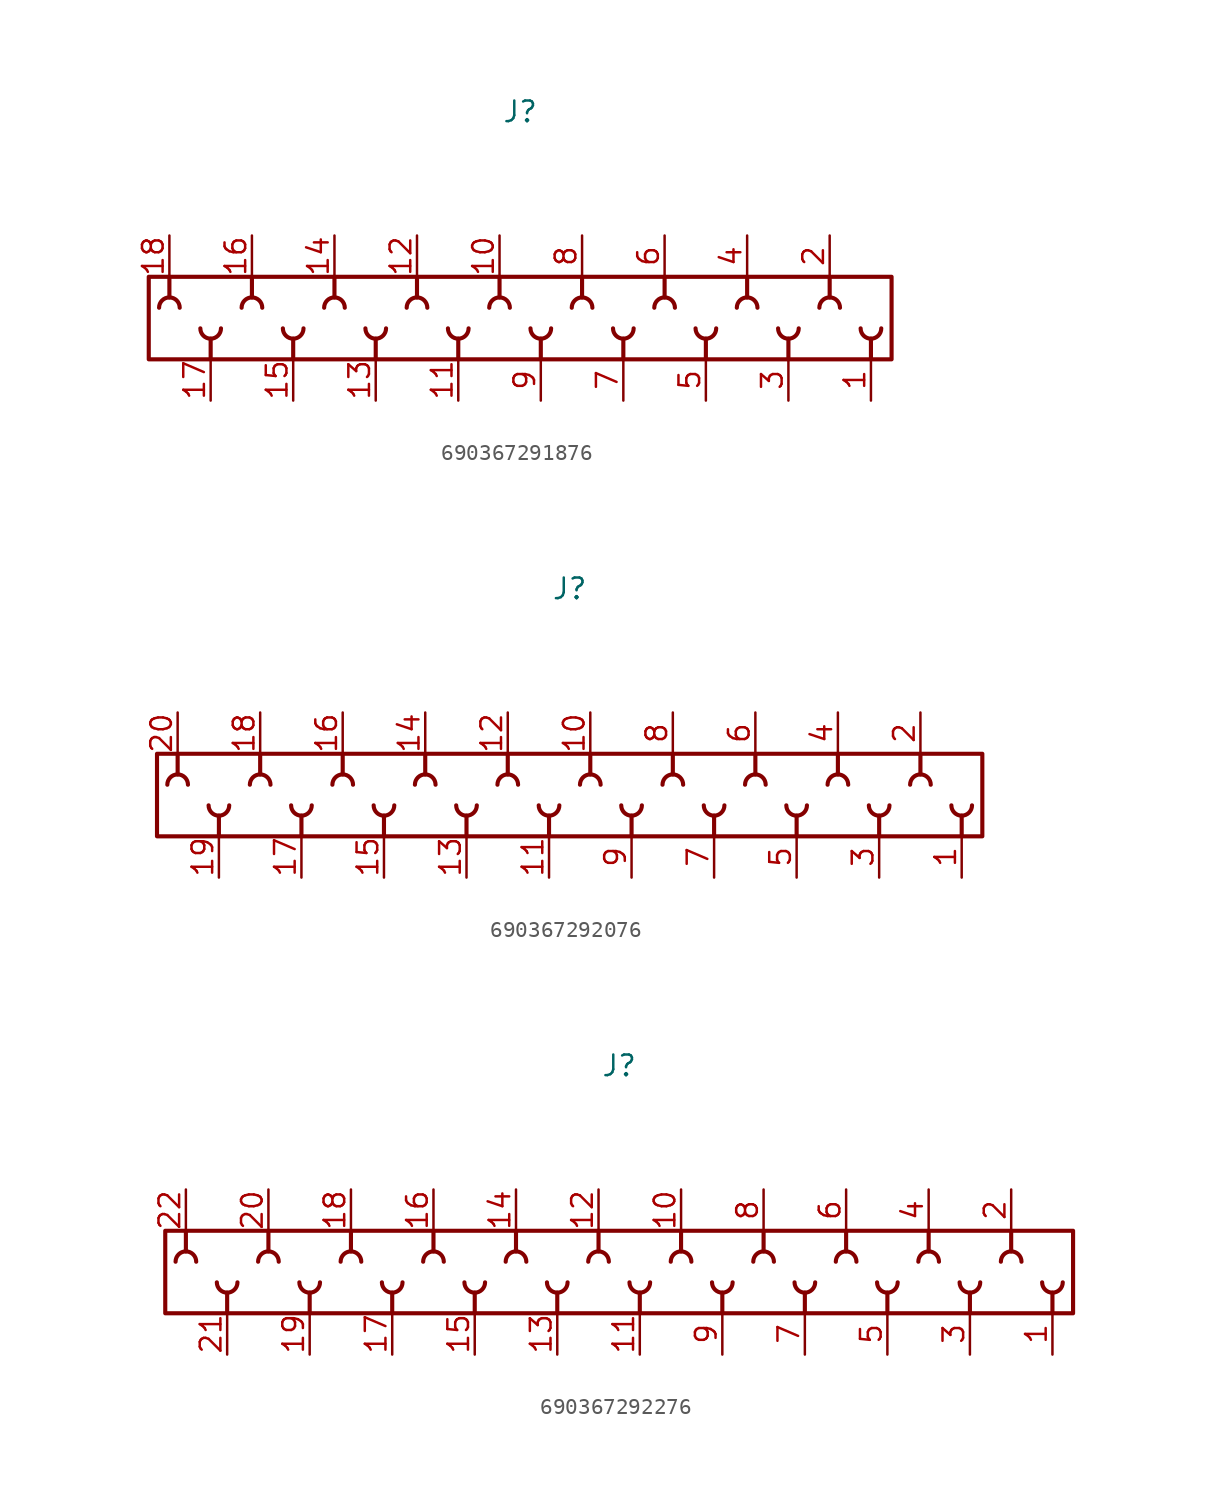
<source format=kicad_sym>
(kicad_symbol_lib
  (version 20241209)
  (generator "kicad_symbol_editor")
  (generator_version "9.0")
  (symbol "690367291876"
    (pin_names
      (hide yes))
    (property "Reference" "J"
      (at 0 12.7 0)
      (effects (font (size 1.27 1.27))))
    (symbol "690367291876_1_1"
      (rectangle (start -22.86 2.54) (end 22.86 -2.54) (stroke (width 0.254) (type solid)) (fill (type none)))
      (polyline (pts (xy -21.59 1.27) (xy -21.59 2.54)) (stroke (width 0.254) (type solid)) (fill (type none)))
      (arc (start -22.225 0.635) (mid -21.59 1.27) (end -20.955 0.635) (stroke (width 0.254) (type solid)) (fill (type none)))
      (arc (start -18.415 -0.635) (mid -19.05 -1.27) (end -19.685 -0.635) (stroke (width 0.254) (type solid)) (fill (type none)))
      (polyline (pts (xy -19.05 -1.27) (xy -19.05 -2.54)) (stroke (width 0.254) (type solid)) (fill (type none)))
      (polyline (pts (xy -16.51 1.27) (xy -16.51 2.54)) (stroke (width 0.254) (type solid)) (fill (type none)))
      (arc (start -17.145 0.635) (mid -16.51 1.27) (end -15.875 0.635) (stroke (width 0.254) (type solid)) (fill (type none)))
      (arc (start -13.335 -0.635) (mid -13.97 -1.27) (end -14.605 -0.635) (stroke (width 0.254) (type solid)) (fill (type none)))
      (polyline (pts (xy -13.97 -1.27) (xy -13.97 -2.54)) (stroke (width 0.254) (type solid)) (fill (type none)))
      (polyline (pts (xy -11.43 1.27) (xy -11.43 2.54)) (stroke (width 0.254) (type solid)) (fill (type none)))
      (arc (start -12.065 0.635) (mid -11.43 1.27) (end -10.795 0.635) (stroke (width 0.254) (type solid)) (fill (type none)))
      (arc (start -8.255 -0.635) (mid -8.89 -1.27) (end -9.525 -0.635) (stroke (width 0.254) (type solid)) (fill (type none)))
      (polyline (pts (xy -8.89 -1.27) (xy -8.89 -2.54)) (stroke (width 0.254) (type solid)) (fill (type none)))
      (polyline (pts (xy -6.35 1.27) (xy -6.35 2.54)) (stroke (width 0.254) (type solid)) (fill (type none)))
      (arc (start -6.985 0.635) (mid -6.35 1.27) (end -5.715 0.635) (stroke (width 0.254) (type solid)) (fill (type none)))
      (arc (start -3.175 -0.635) (mid -3.81 -1.27) (end -4.445 -0.635) (stroke (width 0.254) (type solid)) (fill (type none)))
      (polyline (pts (xy -3.81 -1.27) (xy -3.81 -2.54)) (stroke (width 0.254) (type solid)) (fill (type none)))
      (polyline (pts (xy -1.27 1.27) (xy -1.27 2.54)) (stroke (width 0.254) (type solid)) (fill (type none)))
      (arc (start -1.905 0.635) (mid -1.27 1.27) (end -0.635 0.635) (stroke (width 0.254) (type solid)) (fill (type none)))
      (arc (start 1.905 -0.635) (mid 1.27 -1.27) (end 0.635 -0.635) (stroke (width 0.254) (type solid)) (fill (type none)))
      (polyline (pts (xy 1.27 -1.27) (xy 1.27 -2.54)) (stroke (width 0.254) (type solid)) (fill (type none)))
      (polyline (pts (xy 3.81 1.27) (xy 3.81 2.54)) (stroke (width 0.254) (type solid)) (fill (type none)))
      (arc (start 3.175 0.635) (mid 3.81 1.27) (end 4.445 0.635) (stroke (width 0.254) (type solid)) (fill (type none)))
      (arc (start 6.985 -0.635) (mid 6.35 -1.27) (end 5.715 -0.635) (stroke (width 0.254) (type solid)) (fill (type none)))
      (polyline (pts (xy 6.35 -1.27) (xy 6.35 -2.54)) (stroke (width 0.254) (type solid)) (fill (type none)))
      (polyline (pts (xy 8.89 1.27) (xy 8.89 2.54)) (stroke (width 0.254) (type solid)) (fill (type none)))
      (arc (start 8.255 0.635) (mid 8.89 1.27) (end 9.525 0.635) (stroke (width 0.254) (type solid)) (fill (type none)))
      (arc (start 12.065 -0.635) (mid 11.43 -1.27) (end 10.795 -0.635) (stroke (width 0.254) (type solid)) (fill (type none)))
      (polyline (pts (xy 11.43 -1.27) (xy 11.43 -2.54)) (stroke (width 0.254) (type solid)) (fill (type none)))
      (polyline (pts (xy 13.97 1.27) (xy 13.97 2.54)) (stroke (width 0.254) (type solid)) (fill (type none)))
      (arc (start 13.335 0.635) (mid 13.97 1.27) (end 14.605 0.635) (stroke (width 0.254) (type solid)) (fill (type none)))
      (arc (start 17.145 -0.635) (mid 16.51 -1.27) (end 15.875 -0.635) (stroke (width 0.254) (type solid)) (fill (type none)))
      (polyline (pts (xy 16.51 -1.27) (xy 16.51 -2.54)) (stroke (width 0.254) (type solid)) (fill (type none)))
      (polyline (pts (xy 19.05 1.27) (xy 19.05 2.54)) (stroke (width 0.254) (type solid)) (fill (type none)))
      (arc (start 18.415 0.635) (mid 19.05 1.27) (end 19.685 0.635) (stroke (width 0.254) (type solid)) (fill (type none)))
      (arc (start 22.225 -0.635) (mid 21.59 -1.27) (end 20.955 -0.635) (stroke (width 0.254) (type solid)) (fill (type none)))
      (polyline (pts (xy 21.59 -1.27) (xy 21.59 -2.54)) (stroke (width 0.254) (type solid)) (fill (type none)))
      (pin passive line (at -21.59 5.08 270) (length 2.54) (name "18" (effects (font (size 1.27 1.27)))) (number "18" (effects (font (size 1.27 1.27)))))
      (pin passive line (at -19.05 -5.08 90) (length 2.54) (name "17" (effects (font (size 1.27 1.27)))) (number "17" (effects (font (size 1.27 1.27)))))
      (pin passive line (at -16.51 5.08 270) (length 2.54) (name "16" (effects (font (size 1.27 1.27)))) (number "16" (effects (font (size 1.27 1.27)))))
      (pin passive line (at -13.97 -5.08 90) (length 2.54) (name "15" (effects (font (size 1.27 1.27)))) (number "15" (effects (font (size 1.27 1.27)))))
      (pin passive line (at -11.43 5.08 270) (length 2.54) (name "14" (effects (font (size 1.27 1.27)))) (number "14" (effects (font (size 1.27 1.27)))))
      (pin passive line (at -8.89 -5.08 90) (length 2.54) (name "13" (effects (font (size 1.27 1.27)))) (number "13" (effects (font (size 1.27 1.27)))))
      (pin passive line (at -6.35 5.08 270) (length 2.54) (name "12" (effects (font (size 1.27 1.27)))) (number "12" (effects (font (size 1.27 1.27)))))
      (pin passive line (at -3.81 -5.08 90) (length 2.54) (name "11" (effects (font (size 1.27 1.27)))) (number "11" (effects (font (size 1.27 1.27)))))
      (pin passive line (at -1.27 5.08 270) (length 2.54) (name "10" (effects (font (size 1.27 1.27)))) (number "10" (effects (font (size 1.27 1.27)))))
      (pin passive line (at 1.27 -5.08 90) (length 2.54) (name "9" (effects (font (size 1.27 1.27)))) (number "9" (effects (font (size 1.27 1.27)))))
      (pin passive line (at 3.81 5.08 270) (length 2.54) (name "8" (effects (font (size 1.27 1.27)))) (number "8" (effects (font (size 1.27 1.27)))))
      (pin passive line (at 6.35 -5.08 90) (length 2.54) (name "7" (effects (font (size 1.27 1.27)))) (number "7" (effects (font (size 1.27 1.27)))))
      (pin passive line (at 8.89 5.08 270) (length 2.54) (name "6" (effects (font (size 1.27 1.27)))) (number "6" (effects (font (size 1.27 1.27)))))
      (pin passive line (at 11.43 -5.08 90) (length 2.54) (name "5" (effects (font (size 1.27 1.27)))) (number "5" (effects (font (size 1.27 1.27)))))
      (pin passive line (at 13.97 5.08 270) (length 2.54) (name "4" (effects (font (size 1.27 1.27)))) (number "4" (effects (font (size 1.27 1.27)))))
      (pin passive line (at 16.51 -5.08 90) (length 2.54) (name "3" (effects (font (size 1.27 1.27)))) (number "3" (effects (font (size 1.27 1.27)))))
      (pin passive line (at 19.05 5.08 270) (length 2.54) (name "2" (effects (font (size 1.27 1.27)))) (number "2" (effects (font (size 1.27 1.27)))))
      (pin passive line (at 21.59 -5.08 90) (length 2.54) (name "1" (effects (font (size 1.27 1.27)))) (number "1" (effects (font (size 1.27 1.27)))))))
  (symbol "690367292076"
    (pin_names
      (hide yes))
    (property "Reference" "J"
      (at 0 12.7 0)
      (effects (font (size 1.27 1.27))))
    (symbol "690367292076_1_1"
      (rectangle (start -25.4 2.54) (end 25.4 -2.54) (stroke (width 0.254) (type solid)) (fill (type none)))
      (polyline (pts (xy -24.13 1.27) (xy -24.13 2.54)) (stroke (width 0.254) (type solid)) (fill (type none)))
      (arc (start -24.765 0.635) (mid -24.13 1.27) (end -23.495 0.635) (stroke (width 0.254) (type solid)) (fill (type none)))
      (arc (start -20.955 -0.635) (mid -21.59 -1.27) (end -22.225 -0.635) (stroke (width 0.254) (type solid)) (fill (type none)))
      (polyline (pts (xy -21.59 -1.27) (xy -21.59 -2.54)) (stroke (width 0.254) (type solid)) (fill (type none)))
      (polyline (pts (xy -19.05 1.27) (xy -19.05 2.54)) (stroke (width 0.254) (type solid)) (fill (type none)))
      (arc (start -19.685 0.635) (mid -19.05 1.27) (end -18.415 0.635) (stroke (width 0.254) (type solid)) (fill (type none)))
      (arc (start -15.875 -0.635) (mid -16.51 -1.27) (end -17.145 -0.635) (stroke (width 0.254) (type solid)) (fill (type none)))
      (polyline (pts (xy -16.51 -1.27) (xy -16.51 -2.54)) (stroke (width 0.254) (type solid)) (fill (type none)))
      (polyline (pts (xy -13.97 1.27) (xy -13.97 2.54)) (stroke (width 0.254) (type solid)) (fill (type none)))
      (arc (start -14.605 0.635) (mid -13.97 1.27) (end -13.335 0.635) (stroke (width 0.254) (type solid)) (fill (type none)))
      (arc (start -10.795 -0.635) (mid -11.43 -1.27) (end -12.065 -0.635) (stroke (width 0.254) (type solid)) (fill (type none)))
      (polyline (pts (xy -11.43 -1.27) (xy -11.43 -2.54)) (stroke (width 0.254) (type solid)) (fill (type none)))
      (polyline (pts (xy -8.89 1.27) (xy -8.89 2.54)) (stroke (width 0.254) (type solid)) (fill (type none)))
      (arc (start -9.525 0.635) (mid -8.89 1.27) (end -8.255 0.635) (stroke (width 0.254) (type solid)) (fill (type none)))
      (arc (start -5.715 -0.635) (mid -6.35 -1.27) (end -6.985 -0.635) (stroke (width 0.254) (type solid)) (fill (type none)))
      (polyline (pts (xy -6.35 -1.27) (xy -6.35 -2.54)) (stroke (width 0.254) (type solid)) (fill (type none)))
      (polyline (pts (xy -3.81 1.27) (xy -3.81 2.54)) (stroke (width 0.254) (type solid)) (fill (type none)))
      (arc (start -4.445 0.635) (mid -3.81 1.27) (end -3.175 0.635) (stroke (width 0.254) (type solid)) (fill (type none)))
      (arc (start -0.635 -0.635) (mid -1.27 -1.27) (end -1.905 -0.635) (stroke (width 0.254) (type solid)) (fill (type none)))
      (polyline (pts (xy -1.27 -1.27) (xy -1.27 -2.54)) (stroke (width 0.254) (type solid)) (fill (type none)))
      (polyline (pts (xy 1.27 1.27) (xy 1.27 2.54)) (stroke (width 0.254) (type solid)) (fill (type none)))
      (arc (start 0.635 0.635) (mid 1.27 1.27) (end 1.905 0.635) (stroke (width 0.254) (type solid)) (fill (type none)))
      (arc (start 4.445 -0.635) (mid 3.81 -1.27) (end 3.175 -0.635) (stroke (width 0.254) (type solid)) (fill (type none)))
      (polyline (pts (xy 3.81 -1.27) (xy 3.81 -2.54)) (stroke (width 0.254) (type solid)) (fill (type none)))
      (polyline (pts (xy 6.35 1.27) (xy 6.35 2.54)) (stroke (width 0.254) (type solid)) (fill (type none)))
      (arc (start 5.715 0.635) (mid 6.35 1.27) (end 6.985 0.635) (stroke (width 0.254) (type solid)) (fill (type none)))
      (arc (start 9.525 -0.635) (mid 8.89 -1.27) (end 8.255 -0.635) (stroke (width 0.254) (type solid)) (fill (type none)))
      (polyline (pts (xy 8.89 -1.27) (xy 8.89 -2.54)) (stroke (width 0.254) (type solid)) (fill (type none)))
      (polyline (pts (xy 11.43 1.27) (xy 11.43 2.54)) (stroke (width 0.254) (type solid)) (fill (type none)))
      (arc (start 10.795 0.635) (mid 11.43 1.27) (end 12.065 0.635) (stroke (width 0.254) (type solid)) (fill (type none)))
      (arc (start 14.605 -0.635) (mid 13.97 -1.27) (end 13.335 -0.635) (stroke (width 0.254) (type solid)) (fill (type none)))
      (polyline (pts (xy 13.97 -1.27) (xy 13.97 -2.54)) (stroke (width 0.254) (type solid)) (fill (type none)))
      (polyline (pts (xy 16.51 1.27) (xy 16.51 2.54)) (stroke (width 0.254) (type solid)) (fill (type none)))
      (arc (start 15.875 0.635) (mid 16.51 1.27) (end 17.145 0.635) (stroke (width 0.254) (type solid)) (fill (type none)))
      (arc (start 19.685 -0.635) (mid 19.05 -1.27) (end 18.415 -0.635) (stroke (width 0.254) (type solid)) (fill (type none)))
      (polyline (pts (xy 19.05 -1.27) (xy 19.05 -2.54)) (stroke (width 0.254) (type solid)) (fill (type none)))
      (polyline (pts (xy 21.59 1.27) (xy 21.59 2.54)) (stroke (width 0.254) (type solid)) (fill (type none)))
      (arc (start 20.955 0.635) (mid 21.59 1.27) (end 22.225 0.635) (stroke (width 0.254) (type solid)) (fill (type none)))
      (arc (start 24.765 -0.635) (mid 24.13 -1.27) (end 23.495 -0.635) (stroke (width 0.254) (type solid)) (fill (type none)))
      (polyline (pts (xy 24.13 -1.27) (xy 24.13 -2.54)) (stroke (width 0.254) (type solid)) (fill (type none)))
      (pin passive line (at -24.13 5.08 270) (length 2.54) (name "20" (effects (font (size 1.27 1.27)))) (number "20" (effects (font (size 1.27 1.27)))))
      (pin passive line (at -21.59 -5.08 90) (length 2.54) (name "19" (effects (font (size 1.27 1.27)))) (number "19" (effects (font (size 1.27 1.27)))))
      (pin passive line (at -19.05 5.08 270) (length 2.54) (name "18" (effects (font (size 1.27 1.27)))) (number "18" (effects (font (size 1.27 1.27)))))
      (pin passive line (at -16.51 -5.08 90) (length 2.54) (name "17" (effects (font (size 1.27 1.27)))) (number "17" (effects (font (size 1.27 1.27)))))
      (pin passive line (at -13.97 5.08 270) (length 2.54) (name "16" (effects (font (size 1.27 1.27)))) (number "16" (effects (font (size 1.27 1.27)))))
      (pin passive line (at -11.43 -5.08 90) (length 2.54) (name "15" (effects (font (size 1.27 1.27)))) (number "15" (effects (font (size 1.27 1.27)))))
      (pin passive line (at -8.89 5.08 270) (length 2.54) (name "14" (effects (font (size 1.27 1.27)))) (number "14" (effects (font (size 1.27 1.27)))))
      (pin passive line (at -6.35 -5.08 90) (length 2.54) (name "13" (effects (font (size 1.27 1.27)))) (number "13" (effects (font (size 1.27 1.27)))))
      (pin passive line (at -3.81 5.08 270) (length 2.54) (name "12" (effects (font (size 1.27 1.27)))) (number "12" (effects (font (size 1.27 1.27)))))
      (pin passive line (at -1.27 -5.08 90) (length 2.54) (name "11" (effects (font (size 1.27 1.27)))) (number "11" (effects (font (size 1.27 1.27)))))
      (pin passive line (at 1.27 5.08 270) (length 2.54) (name "10" (effects (font (size 1.27 1.27)))) (number "10" (effects (font (size 1.27 1.27)))))
      (pin passive line (at 3.81 -5.08 90) (length 2.54) (name "9" (effects (font (size 1.27 1.27)))) (number "9" (effects (font (size 1.27 1.27)))))
      (pin passive line (at 6.35 5.08 270) (length 2.54) (name "8" (effects (font (size 1.27 1.27)))) (number "8" (effects (font (size 1.27 1.27)))))
      (pin passive line (at 8.89 -5.08 90) (length 2.54) (name "7" (effects (font (size 1.27 1.27)))) (number "7" (effects (font (size 1.27 1.27)))))
      (pin passive line (at 11.43 5.08 270) (length 2.54) (name "6" (effects (font (size 1.27 1.27)))) (number "6" (effects (font (size 1.27 1.27)))))
      (pin passive line (at 13.97 -5.08 90) (length 2.54) (name "5" (effects (font (size 1.27 1.27)))) (number "5" (effects (font (size 1.27 1.27)))))
      (pin passive line (at 16.51 5.08 270) (length 2.54) (name "4" (effects (font (size 1.27 1.27)))) (number "4" (effects (font (size 1.27 1.27)))))
      (pin passive line (at 19.05 -5.08 90) (length 2.54) (name "3" (effects (font (size 1.27 1.27)))) (number "3" (effects (font (size 1.27 1.27)))))
      (pin passive line (at 21.59 5.08 270) (length 2.54) (name "2" (effects (font (size 1.27 1.27)))) (number "2" (effects (font (size 1.27 1.27)))))
      (pin passive line (at 24.13 -5.08 90) (length 2.54) (name "1" (effects (font (size 1.27 1.27)))) (number "1" (effects (font (size 1.27 1.27)))))))
  (symbol "690367292276"
    (pin_names
      (hide yes))
    (property "Reference" "J"
      (at 0 12.7 0)
      (effects (font (size 1.27 1.27))))
    (symbol "690367292276_1_1"
      (rectangle (start -27.94 2.54) (end 27.94 -2.54) (stroke (width 0.254) (type solid)) (fill (type none)))
      (polyline (pts (xy -26.67 1.27) (xy -26.67 2.54)) (stroke (width 0.254) (type solid)) (fill (type none)))
      (arc (start -27.305 0.635) (mid -26.67 1.27) (end -26.035 0.635) (stroke (width 0.254) (type solid)) (fill (type none)))
      (arc (start -23.495 -0.635) (mid -24.13 -1.27) (end -24.765 -0.635) (stroke (width 0.254) (type solid)) (fill (type none)))
      (polyline (pts (xy -24.13 -1.27) (xy -24.13 -2.54)) (stroke (width 0.254) (type solid)) (fill (type none)))
      (polyline (pts (xy -21.59 1.27) (xy -21.59 2.54)) (stroke (width 0.254) (type solid)) (fill (type none)))
      (arc (start -22.225 0.635) (mid -21.59 1.27) (end -20.955 0.635) (stroke (width 0.254) (type solid)) (fill (type none)))
      (arc (start -18.415 -0.635) (mid -19.05 -1.27) (end -19.685 -0.635) (stroke (width 0.254) (type solid)) (fill (type none)))
      (polyline (pts (xy -19.05 -1.27) (xy -19.05 -2.54)) (stroke (width 0.254) (type solid)) (fill (type none)))
      (polyline (pts (xy -16.51 1.27) (xy -16.51 2.54)) (stroke (width 0.254) (type solid)) (fill (type none)))
      (arc (start -17.145 0.635) (mid -16.51 1.27) (end -15.875 0.635) (stroke (width 0.254) (type solid)) (fill (type none)))
      (arc (start -13.335 -0.635) (mid -13.97 -1.27) (end -14.605 -0.635) (stroke (width 0.254) (type solid)) (fill (type none)))
      (polyline (pts (xy -13.97 -1.27) (xy -13.97 -2.54)) (stroke (width 0.254) (type solid)) (fill (type none)))
      (polyline (pts (xy -11.43 1.27) (xy -11.43 2.54)) (stroke (width 0.254) (type solid)) (fill (type none)))
      (arc (start -12.065 0.635) (mid -11.43 1.27) (end -10.795 0.635) (stroke (width 0.254) (type solid)) (fill (type none)))
      (arc (start -8.255 -0.635) (mid -8.89 -1.27) (end -9.525 -0.635) (stroke (width 0.254) (type solid)) (fill (type none)))
      (polyline (pts (xy -8.89 -1.27) (xy -8.89 -2.54)) (stroke (width 0.254) (type solid)) (fill (type none)))
      (polyline (pts (xy -6.35 1.27) (xy -6.35 2.54)) (stroke (width 0.254) (type solid)) (fill (type none)))
      (arc (start -6.985 0.635) (mid -6.35 1.27) (end -5.715 0.635) (stroke (width 0.254) (type solid)) (fill (type none)))
      (arc (start -3.175 -0.635) (mid -3.81 -1.27) (end -4.445 -0.635) (stroke (width 0.254) (type solid)) (fill (type none)))
      (polyline (pts (xy -3.81 -1.27) (xy -3.81 -2.54)) (stroke (width 0.254) (type solid)) (fill (type none)))
      (polyline (pts (xy -1.27 1.27) (xy -1.27 2.54)) (stroke (width 0.254) (type solid)) (fill (type none)))
      (arc (start -1.905 0.635) (mid -1.27 1.27) (end -0.635 0.635) (stroke (width 0.254) (type solid)) (fill (type none)))
      (arc (start 1.905 -0.635) (mid 1.27 -1.27) (end 0.635 -0.635) (stroke (width 0.254) (type solid)) (fill (type none)))
      (polyline (pts (xy 1.27 -1.27) (xy 1.27 -2.54)) (stroke (width 0.254) (type solid)) (fill (type none)))
      (polyline (pts (xy 3.81 1.27) (xy 3.81 2.54)) (stroke (width 0.254) (type solid)) (fill (type none)))
      (arc (start 3.175 0.635) (mid 3.81 1.27) (end 4.445 0.635) (stroke (width 0.254) (type solid)) (fill (type none)))
      (arc (start 6.985 -0.635) (mid 6.35 -1.27) (end 5.715 -0.635) (stroke (width 0.254) (type solid)) (fill (type none)))
      (polyline (pts (xy 6.35 -1.27) (xy 6.35 -2.54)) (stroke (width 0.254) (type solid)) (fill (type none)))
      (polyline (pts (xy 8.89 1.27) (xy 8.89 2.54)) (stroke (width 0.254) (type solid)) (fill (type none)))
      (arc (start 8.255 0.635) (mid 8.89 1.27) (end 9.525 0.635) (stroke (width 0.254) (type solid)) (fill (type none)))
      (arc (start 12.065 -0.635) (mid 11.43 -1.27) (end 10.795 -0.635) (stroke (width 0.254) (type solid)) (fill (type none)))
      (polyline (pts (xy 11.43 -1.27) (xy 11.43 -2.54)) (stroke (width 0.254) (type solid)) (fill (type none)))
      (polyline (pts (xy 13.97 1.27) (xy 13.97 2.54)) (stroke (width 0.254) (type solid)) (fill (type none)))
      (arc (start 13.335 0.635) (mid 13.97 1.27) (end 14.605 0.635) (stroke (width 0.254) (type solid)) (fill (type none)))
      (arc (start 17.145 -0.635) (mid 16.51 -1.27) (end 15.875 -0.635) (stroke (width 0.254) (type solid)) (fill (type none)))
      (polyline (pts (xy 16.51 -1.27) (xy 16.51 -2.54)) (stroke (width 0.254) (type solid)) (fill (type none)))
      (polyline (pts (xy 19.05 1.27) (xy 19.05 2.54)) (stroke (width 0.254) (type solid)) (fill (type none)))
      (arc (start 18.415 0.635) (mid 19.05 1.27) (end 19.685 0.635) (stroke (width 0.254) (type solid)) (fill (type none)))
      (arc (start 22.225 -0.635) (mid 21.59 -1.27) (end 20.955 -0.635) (stroke (width 0.254) (type solid)) (fill (type none)))
      (polyline (pts (xy 21.59 -1.27) (xy 21.59 -2.54)) (stroke (width 0.254) (type solid)) (fill (type none)))
      (polyline (pts (xy 24.13 1.27) (xy 24.13 2.54)) (stroke (width 0.254) (type solid)) (fill (type none)))
      (arc (start 23.495 0.635) (mid 24.13 1.27) (end 24.765 0.635) (stroke (width 0.254) (type solid)) (fill (type none)))
      (arc (start 27.305 -0.635) (mid 26.67 -1.27) (end 26.035 -0.635) (stroke (width 0.254) (type solid)) (fill (type none)))
      (polyline (pts (xy 26.67 -1.27) (xy 26.67 -2.54)) (stroke (width 0.254) (type solid)) (fill (type none)))
      (pin passive line (at -26.67 5.08 270) (length 2.54) (name "22" (effects (font (size 1.27 1.27)))) (number "22" (effects (font (size 1.27 1.27)))))
      (pin passive line (at -24.13 -5.08 90) (length 2.54) (name "21" (effects (font (size 1.27 1.27)))) (number "21" (effects (font (size 1.27 1.27)))))
      (pin passive line (at -21.59 5.08 270) (length 2.54) (name "20" (effects (font (size 1.27 1.27)))) (number "20" (effects (font (size 1.27 1.27)))))
      (pin passive line (at -19.05 -5.08 90) (length 2.54) (name "19" (effects (font (size 1.27 1.27)))) (number "19" (effects (font (size 1.27 1.27)))))
      (pin passive line (at -16.51 5.08 270) (length 2.54) (name "18" (effects (font (size 1.27 1.27)))) (number "18" (effects (font (size 1.27 1.27)))))
      (pin passive line (at -13.97 -5.08 90) (length 2.54) (name "17" (effects (font (size 1.27 1.27)))) (number "17" (effects (font (size 1.27 1.27)))))
      (pin passive line (at -11.43 5.08 270) (length 2.54) (name "16" (effects (font (size 1.27 1.27)))) (number "16" (effects (font (size 1.27 1.27)))))
      (pin passive line (at -8.89 -5.08 90) (length 2.54) (name "15" (effects (font (size 1.27 1.27)))) (number "15" (effects (font (size 1.27 1.27)))))
      (pin passive line (at -6.35 5.08 270) (length 2.54) (name "14" (effects (font (size 1.27 1.27)))) (number "14" (effects (font (size 1.27 1.27)))))
      (pin passive line (at -3.81 -5.08 90) (length 2.54) (name "13" (effects (font (size 1.27 1.27)))) (number "13" (effects (font (size 1.27 1.27)))))
      (pin passive line (at -1.27 5.08 270) (length 2.54) (name "12" (effects (font (size 1.27 1.27)))) (number "12" (effects (font (size 1.27 1.27)))))
      (pin passive line (at 1.27 -5.08 90) (length 2.54) (name "11" (effects (font (size 1.27 1.27)))) (number "11" (effects (font (size 1.27 1.27)))))
      (pin passive line (at 3.81 5.08 270) (length 2.54) (name "10" (effects (font (size 1.27 1.27)))) (number "10" (effects (font (size 1.27 1.27)))))
      (pin passive line (at 6.35 -5.08 90) (length 2.54) (name "9" (effects (font (size 1.27 1.27)))) (number "9" (effects (font (size 1.27 1.27)))))
      (pin passive line (at 8.89 5.08 270) (length 2.54) (name "8" (effects (font (size 1.27 1.27)))) (number "8" (effects (font (size 1.27 1.27)))))
      (pin passive line (at 11.43 -5.08 90) (length 2.54) (name "7" (effects (font (size 1.27 1.27)))) (number "7" (effects (font (size 1.27 1.27)))))
      (pin passive line (at 13.97 5.08 270) (length 2.54) (name "6" (effects (font (size 1.27 1.27)))) (number "6" (effects (font (size 1.27 1.27)))))
      (pin passive line (at 16.51 -5.08 90) (length 2.54) (name "5" (effects (font (size 1.27 1.27)))) (number "5" (effects (font (size 1.27 1.27)))))
      (pin passive line (at 19.05 5.08 270) (length 2.54) (name "4" (effects (font (size 1.27 1.27)))) (number "4" (effects (font (size 1.27 1.27)))))
      (pin passive line (at 21.59 -5.08 90) (length 2.54) (name "3" (effects (font (size 1.27 1.27)))) (number "3" (effects (font (size 1.27 1.27)))))
      (pin passive line (at 24.13 5.08 270) (length 2.54) (name "2" (effects (font (size 1.27 1.27)))) (number "2" (effects (font (size 1.27 1.27)))))
      (pin passive line (at 26.67 -5.08 90) (length 2.54) (name "1" (effects (font (size 1.27 1.27)))) (number "1" (effects (font (size 1.27 1.27))))))))
</source>
